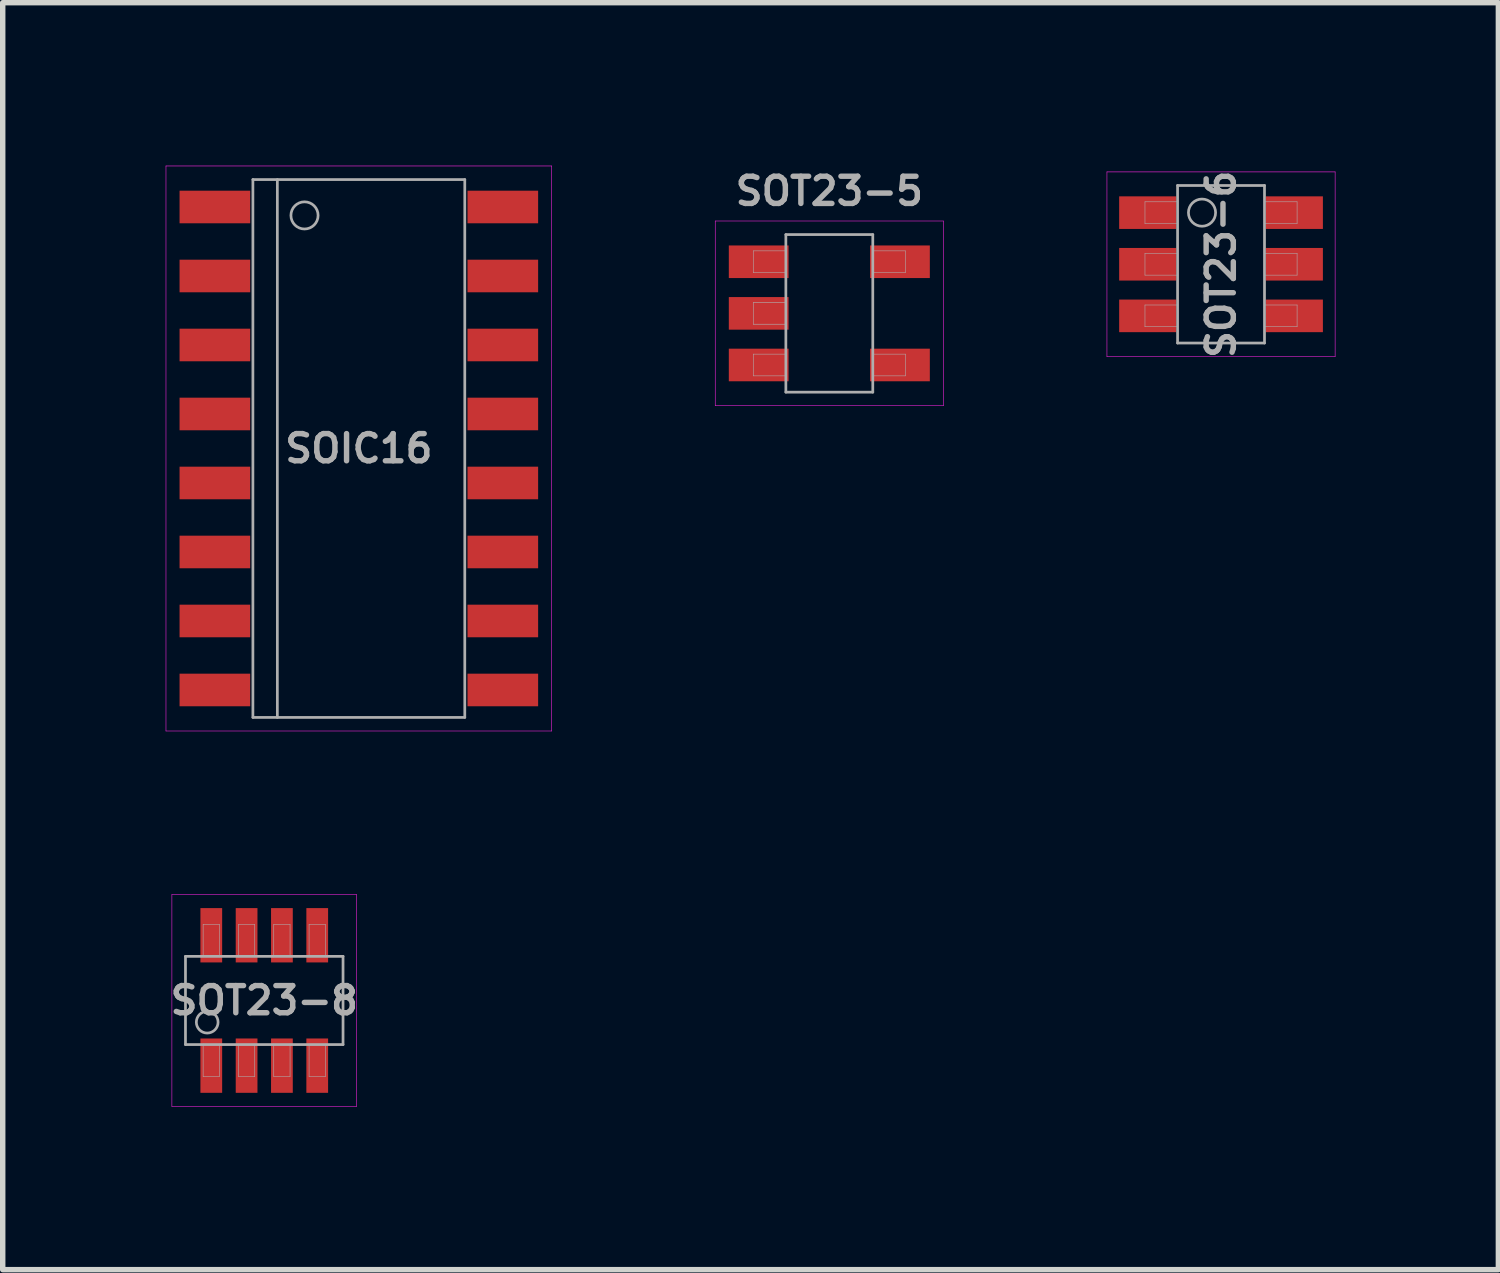
<source format=kicad_pcb>
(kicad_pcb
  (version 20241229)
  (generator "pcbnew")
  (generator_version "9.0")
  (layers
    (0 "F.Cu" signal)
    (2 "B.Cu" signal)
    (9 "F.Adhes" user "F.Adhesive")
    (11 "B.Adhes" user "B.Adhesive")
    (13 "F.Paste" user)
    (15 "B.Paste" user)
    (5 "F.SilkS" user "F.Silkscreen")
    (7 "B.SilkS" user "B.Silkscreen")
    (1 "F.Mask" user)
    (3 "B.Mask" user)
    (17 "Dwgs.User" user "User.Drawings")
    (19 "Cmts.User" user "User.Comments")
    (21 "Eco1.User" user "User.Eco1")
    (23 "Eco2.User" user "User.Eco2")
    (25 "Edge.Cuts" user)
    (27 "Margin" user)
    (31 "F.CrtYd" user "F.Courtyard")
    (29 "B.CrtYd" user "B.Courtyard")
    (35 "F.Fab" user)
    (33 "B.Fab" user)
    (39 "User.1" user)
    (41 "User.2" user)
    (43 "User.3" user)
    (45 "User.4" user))
  (footprint "SOIC16"
    (layer "F.Cu")
    (at 3.555 5.205)
    (property "Reference" "SOIC16" (at 0 0 0) (layer "F.Fab") (effects (font (size 0.5 0.5) (thickness 0.1))))
    (attr through_hole)
    (fp_line (start -3.55 -5.2) (end 3.55 -5.2) (stroke (width 0.01) (type solid)) (layer "F.CrtYd"))
    (fp_line (start -3.55 5.2) (end -3.55 -5.2) (stroke (width 0.01) (type solid)) (layer "F.CrtYd"))
    (fp_line (start 3.55 -5.2) (end 3.55 5.2) (stroke (width 0.01) (type solid)) (layer "F.CrtYd"))
    (fp_line (start 3.55 5.2) (end -3.55 5.2) (stroke (width 0.01) (type solid)) (layer "F.CrtYd"))
    (fp_line (start -1.95 -4.95) (end 1.95 -4.95) (stroke (width 0.05) (type solid)) (layer "F.Fab"))
    (fp_line (start -1.95 4.95) (end -1.95 -4.95) (stroke (width 0.05) (type solid)) (layer "F.Fab"))
    (fp_line (start -1.5 -4.95) (end -1.5 4.95) (stroke (width 0.05) (type solid)) (layer "F.Fab"))
    (fp_line (start 1.95 -4.95) (end 1.95 4.95) (stroke (width 0.05) (type solid)) (layer "F.Fab"))
    (fp_line (start 1.95 4.95) (end -1.95 4.95) (stroke (width 0.05) (type solid)) (layer "F.Fab"))
    (fp_circle (center -1 -4.29) (end -0.75 -4.29) (stroke (width 0.05) (type solid)) (fill no) (layer "F.Fab"))
    (pad "1" smd rect (at -2.65 -4.445) (size 1.3 0.6) (layers "F.Cu" "F.Mask" "F.Paste"))
    (pad "2" smd rect (at -2.65 -3.175) (size 1.3 0.6) (layers "F.Cu" "F.Mask" "F.Paste"))
    (pad "3" smd rect (at -2.65 -1.905) (size 1.3 0.6) (layers "F.Cu" "F.Mask" "F.Paste"))
    (pad "4" smd rect (at -2.65 -0.635) (size 1.3 0.6) (layers "F.Cu" "F.Mask" "F.Paste"))
    (pad "5" smd rect (at -2.65 0.635) (size 1.3 0.6) (layers "F.Cu" "F.Mask" "F.Paste"))
    (pad "6" smd rect (at -2.65 1.905) (size 1.3 0.6) (layers "F.Cu" "F.Mask" "F.Paste"))
    (pad "7" smd rect (at -2.65 3.175) (size 1.3 0.6) (layers "F.Cu" "F.Mask" "F.Paste"))
    (pad "8" smd rect (at -2.65 4.445) (size 1.3 0.6) (layers "F.Cu" "F.Mask" "F.Paste"))
    (pad "9" smd rect (at 2.65 4.445) (size 1.3 0.6) (layers "F.Cu" "F.Mask" "F.Paste"))
    (pad "10" smd rect (at 2.65 3.175) (size 1.3 0.6) (layers "F.Cu" "F.Mask" "F.Paste"))
    (pad "11" smd rect (at 2.65 1.905) (size 1.3 0.6) (layers "F.Cu" "F.Mask" "F.Paste"))
    (pad "12" smd rect (at 2.65 0.635) (size 1.3 0.6) (layers "F.Cu" "F.Mask" "F.Paste"))
    (pad "13" smd rect (at 2.65 -0.635) (size 1.3 0.6) (layers "F.Cu" "F.Mask" "F.Paste"))
    (pad "14" smd rect (at 2.65 -1.905) (size 1.3 0.6) (layers "F.Cu" "F.Mask" "F.Paste"))
    (pad "15" smd rect (at 2.65 -3.175) (size 1.3 0.6) (layers "F.Cu" "F.Mask" "F.Paste"))
    (pad "16" smd rect (at 2.65 -4.445) (size 1.3 0.6) (layers "F.Cu" "F.Mask" "F.Paste")))
  (footprint "SOT23-8"
    (layer "F.Cu")
    (at 1.814 15.365)
    (property "Reference" "SOT23-8" (at 0 0 180) (layer "F.Fab") (effects (font (size 0.5 0.5) (thickness 0.1))))
    (attr smd)
    (fp_line (start -1.7 -1.95) (end -1.7 1.95) (stroke (width 0.01) (type solid)) (layer "F.CrtYd"))
    (fp_line (start -1.7 1.95) (end 1.7 1.95) (stroke (width 0.01) (type solid)) (layer "F.CrtYd"))
    (fp_line (start 1.7 -1.95) (end -1.7 -1.95) (stroke (width 0.01) (type solid)) (layer "F.CrtYd"))
    (fp_line (start 1.7 1.95) (end 1.7 -1.95) (stroke (width 0.01) (type solid)) (layer "F.CrtYd"))
    (fp_line (start -1.45 -0.812) (end -1.45 0.812) (stroke (width 0.05) (type solid)) (layer "F.Fab"))
    (fp_line (start -1.45 -0.812) (end 1.45 -0.812) (stroke (width 0.05) (type solid)) (layer "F.Fab"))
    (fp_line (start -1.45 0.812) (end 1.45 0.812) (stroke (width 0.05) (type solid)) (layer "F.Fab"))
    (fp_line (start -1.125 -1.4) (end -1.125 -0.8) (stroke (width 0.01) (type solid)) (layer "F.Fab"))
    (fp_line (start -1.125 0.8) (end -1.125 1.4) (stroke (width 0.01) (type solid)) (layer "F.Fab"))
    (fp_line (start -1.125 1.4) (end -0.825 1.4) (stroke (width 0.01) (type solid)) (layer "F.Fab"))
    (fp_line (start -0.825 -1.4) (end -1.125 -1.4) (stroke (width 0.01) (type solid)) (layer "F.Fab"))
    (fp_line (start -0.825 -0.8) (end -0.825 -1.4) (stroke (width 0.01) (type solid)) (layer "F.Fab"))
    (fp_line (start -0.825 1.4) (end -0.825 0.8) (stroke (width 0.01) (type solid)) (layer "F.Fab"))
    (fp_line (start -0.475 -1.4) (end -0.475 -0.8) (stroke (width 0.01) (type solid)) (layer "F.Fab"))
    (fp_line (start -0.475 0.8) (end -0.475 1.4) (stroke (width 0.01) (type solid)) (layer "F.Fab"))
    (fp_line (start -0.475 1.4) (end -0.175 1.4) (stroke (width 0.01) (type solid)) (layer "F.Fab"))
    (fp_line (start -0.175 -1.4) (end -0.475 -1.4) (stroke (width 0.01) (type solid)) (layer "F.Fab"))
    (fp_line (start -0.175 -0.8) (end -0.175 -1.4) (stroke (width 0.01) (type solid)) (layer "F.Fab"))
    (fp_line (start -0.175 1.4) (end -0.175 0.8) (stroke (width 0.01) (type solid)) (layer "F.Fab"))
    (fp_line (start 0.175 -1.4) (end 0.175 -0.8) (stroke (width 0.01) (type solid)) (layer "F.Fab"))
    (fp_line (start 0.175 0.8) (end 0.175 1.4) (stroke (width 0.01) (type solid)) (layer "F.Fab"))
    (fp_line (start 0.175 1.4) (end 0.475 1.4) (stroke (width 0.01) (type solid)) (layer "F.Fab"))
    (fp_line (start 0.475 -1.4) (end 0.175 -1.4) (stroke (width 0.01) (type solid)) (layer "F.Fab"))
    (fp_line (start 0.475 -0.8) (end 0.475 -1.4) (stroke (width 0.01) (type solid)) (layer "F.Fab"))
    (fp_line (start 0.475 1.4) (end 0.475 0.8) (stroke (width 0.01) (type solid)) (layer "F.Fab"))
    (fp_line (start 0.825 -1.4) (end 0.825 -0.8) (stroke (width 0.01) (type solid)) (layer "F.Fab"))
    (fp_line (start 0.825 0.8) (end 0.825 1.4) (stroke (width 0.01) (type solid)) (layer "F.Fab"))
    (fp_line (start 0.825 1.4) (end 1.125 1.4) (stroke (width 0.01) (type solid)) (layer "F.Fab"))
    (fp_line (start 1.125 -1.4) (end 0.825 -1.4) (stroke (width 0.01) (type solid)) (layer "F.Fab"))
    (fp_line (start 1.125 -0.8) (end 1.125 -1.4) (stroke (width 0.01) (type solid)) (layer "F.Fab"))
    (fp_line (start 1.125 1.4) (end 1.125 0.8) (stroke (width 0.01) (type solid)) (layer "F.Fab"))
    (fp_line (start 1.45 -0.812) (end 1.45 0.812) (stroke (width 0.05) (type solid)) (layer "F.Fab"))
    (fp_circle (center -1.05 0.4) (end -0.85 0.4) (stroke (width 0.05) (type solid)) (fill no) (layer "F.Fab"))
    (pad "1" smd rect (at -0.975 1.2 90) (size 1 0.4) (layers "F.Cu" "F.Mask" "F.Paste"))
    (pad "2" smd rect (at -0.325 1.2 90) (size 1 0.4) (layers "F.Cu" "F.Mask" "F.Paste"))
    (pad "3" smd rect (at 0.325 1.2 90) (size 1 0.4) (layers "F.Cu" "F.Mask" "F.Paste"))
    (pad "4" smd rect (at 0.975 1.2 90) (size 1 0.4) (layers "F.Cu" "F.Mask" "F.Paste"))
    (pad "5" smd rect (at 0.975 -1.2 90) (size 1 0.4) (layers "F.Cu" "F.Mask" "F.Paste"))
    (pad "6" smd rect (at 0.325 -1.2 90) (size 1 0.4) (layers "F.Cu" "F.Mask" "F.Paste"))
    (pad "7" smd rect (at -0.325 -1.2 90) (size 1 0.4) (layers "F.Cu" "F.Mask" "F.Paste"))
    (pad "8" smd rect (at -0.975 -1.2 90) (size 1 0.4) (layers "F.Cu" "F.Mask" "F.Paste")))
  (footprint "SOT23-5"
    (layer "F.Cu")
    (at 12.215 2.718)
    (property "Reference" "SOT23-5" (at 0 -2.25 0) (layer "F.Fab") (effects (font (size 0.5 0.5) (thickness 0.1))))
    (attr smd)
    (fp_line (start -2.1 -1.7) (end 2.1 -1.7) (stroke (width 0.01) (type solid)) (layer "F.CrtYd"))
    (fp_line (start -2.1 1.7) (end -2.1 -1.7) (stroke (width 0.01) (type solid)) (layer "F.CrtYd"))
    (fp_line (start 2.1 -1.7) (end 2.1 1.7) (stroke (width 0.01) (type solid)) (layer "F.CrtYd"))
    (fp_line (start 2.1 1.7) (end -2.1 1.7) (stroke (width 0.01) (type solid)) (layer "F.CrtYd"))
    (fp_line (start -1.4 -1.15) (end -1.4 -0.75) (stroke (width 0.01) (type solid)) (layer "F.Fab"))
    (fp_line (start -1.4 -0.75) (end -0.8 -0.75) (stroke (width 0.01) (type solid)) (layer "F.Fab"))
    (fp_line (start -1.4 -0.2) (end -1.4 0.2) (stroke (width 0.01) (type solid)) (layer "F.Fab"))
    (fp_line (start -1.4 0.2) (end -0.8 0.2) (stroke (width 0.01) (type solid)) (layer "F.Fab"))
    (fp_line (start -1.4 0.75) (end -1.4 1.15) (stroke (width 0.01) (type solid)) (layer "F.Fab"))
    (fp_line (start -1.4 1.15) (end -0.8 1.15) (stroke (width 0.01) (type solid)) (layer "F.Fab"))
    (fp_line (start -0.8 -1.45) (end -0.8 1.45) (stroke (width 0.05) (type solid)) (layer "F.Fab"))
    (fp_line (start -0.8 -1.15) (end -1.4 -1.15) (stroke (width 0.01) (type solid)) (layer "F.Fab"))
    (fp_line (start -0.8 -0.2) (end -1.4 -0.2) (stroke (width 0.01) (type solid)) (layer "F.Fab"))
    (fp_line (start -0.8 0.75) (end -1.4 0.75) (stroke (width 0.01) (type solid)) (layer "F.Fab"))
    (fp_line (start 0.8 -1.45) (end -0.8 -1.45) (stroke (width 0.05) (type solid)) (layer "F.Fab"))
    (fp_line (start 0.8 -1.45) (end 0.8 1.45) (stroke (width 0.05) (type solid)) (layer "F.Fab"))
    (fp_line (start 0.8 -1.15) (end 1.4 -1.15) (stroke (width 0.01) (type solid)) (layer "F.Fab"))
    (fp_line (start 0.8 0.75) (end 1.4 0.75) (stroke (width 0.01) (type solid)) (layer "F.Fab"))
    (fp_line (start 0.8 1.45) (end -0.8 1.45) (stroke (width 0.05) (type solid)) (layer "F.Fab"))
    (fp_line (start 1.4 -1.15) (end 1.4 -0.75) (stroke (width 0.01) (type solid)) (layer "F.Fab"))
    (fp_line (start 1.4 -0.75) (end 0.8 -0.75) (stroke (width 0.01) (type solid)) (layer "F.Fab"))
    (fp_line (start 1.4 0.75) (end 1.4 1.15) (stroke (width 0.01) (type solid)) (layer "F.Fab"))
    (fp_line (start 1.4 1.15) (end 0.8 1.15) (stroke (width 0.01) (type solid)) (layer "F.Fab"))
    (pad "1" smd rect (at -1.3 -0.95) (size 1.1 0.6) (layers "F.Cu" "F.Mask" "F.Paste"))
    (pad "2" smd rect (at -1.3 0) (size 1.1 0.6) (layers "F.Cu" "F.Mask" "F.Paste"))
    (pad "3" smd rect (at -1.3 0.95) (size 1.1 0.6) (layers "F.Cu" "F.Mask" "F.Paste"))
    (pad "4" smd rect (at 1.3 0.95) (size 1.1 0.6) (layers "F.Cu" "F.Mask" "F.Paste"))
    (pad "5" smd rect (at 1.3 -0.95) (size 1.1 0.6) (layers "F.Cu" "F.Mask" "F.Paste")))
  (footprint "SOT23-6"
    (layer "F.Cu")
    (at 19.425 1.814)
    (property "Reference" "SOT23-6" (at 0 0 90) (layer "F.Fab") (effects (font (size 0.5 0.5) (thickness 0.1))))
    (attr smd)
    (fp_line (start -2.1 -1.7) (end -2.1 1.7) (stroke (width 0.01) (type solid)) (layer "F.CrtYd"))
    (fp_line (start -2.1 1.7) (end 2.1 1.7) (stroke (width 0.01) (type solid)) (layer "F.CrtYd"))
    (fp_line (start 2.1 -1.7) (end -2.1 -1.7) (stroke (width 0.01) (type solid)) (layer "F.CrtYd"))
    (fp_line (start 2.1 1.7) (end 2.1 -1.7) (stroke (width 0.01) (type solid)) (layer "F.CrtYd"))
    (fp_line (start -1.4 -1.15) (end -1.4 -0.75) (stroke (width 0.01) (type solid)) (layer "F.Fab"))
    (fp_line (start -1.4 -0.75) (end -0.8 -0.75) (stroke (width 0.01) (type solid)) (layer "F.Fab"))
    (fp_line (start -1.4 -0.2) (end -1.4 0.2) (stroke (width 0.01) (type solid)) (layer "F.Fab"))
    (fp_line (start -1.4 0.2) (end -0.8 0.2) (stroke (width 0.01) (type solid)) (layer "F.Fab"))
    (fp_line (start -1.4 0.75) (end -1.4 1.15) (stroke (width 0.01) (type solid)) (layer "F.Fab"))
    (fp_line (start -1.4 1.15) (end -0.8 1.15) (stroke (width 0.01) (type solid)) (layer "F.Fab"))
    (fp_line (start -0.8 -1.45) (end -0.8 1.45) (stroke (width 0.05) (type solid)) (layer "F.Fab"))
    (fp_line (start -0.8 -1.15) (end -1.4 -1.15) (stroke (width 0.01) (type solid)) (layer "F.Fab"))
    (fp_line (start -0.8 -0.2) (end -1.4 -0.2) (stroke (width 0.01) (type solid)) (layer "F.Fab"))
    (fp_line (start -0.8 0.75) (end -1.4 0.75) (stroke (width 0.01) (type solid)) (layer "F.Fab"))
    (fp_line (start 0.8 -1.45) (end -0.8 -1.45) (stroke (width 0.05) (type solid)) (layer "F.Fab"))
    (fp_line (start 0.8 -1.45) (end 0.8 1.45) (stroke (width 0.05) (type solid)) (layer "F.Fab"))
    (fp_line (start 0.8 -0.75) (end 1.4 -0.75) (stroke (width 0.01) (type solid)) (layer "F.Fab"))
    (fp_line (start 0.8 0.2) (end 1.4 0.2) (stroke (width 0.01) (type solid)) (layer "F.Fab"))
    (fp_line (start 0.8 1.15) (end 1.4 1.15) (stroke (width 0.01) (type solid)) (layer "F.Fab"))
    (fp_line (start 0.8 1.45) (end -0.8 1.45) (stroke (width 0.05) (type solid)) (layer "F.Fab"))
    (fp_line (start 1.4 -1.15) (end 0.8 -1.15) (stroke (width 0.01) (type solid)) (layer "F.Fab"))
    (fp_line (start 1.4 -0.75) (end 1.4 -1.15) (stroke (width 0.01) (type solid)) (layer "F.Fab"))
    (fp_line (start 1.4 -0.2) (end 0.8 -0.2) (stroke (width 0.01) (type solid)) (layer "F.Fab"))
    (fp_line (start 1.4 0.2) (end 1.4 -0.2) (stroke (width 0.01) (type solid)) (layer "F.Fab"))
    (fp_line (start 1.4 0.75) (end 0.8 0.75) (stroke (width 0.01) (type solid)) (layer "F.Fab"))
    (fp_line (start 1.4 1.15) (end 1.4 0.75) (stroke (width 0.01) (type solid)) (layer "F.Fab"))
    (fp_circle (center -0.35 -0.95) (end -0.1 -0.95) (stroke (width 0.05) (type solid)) (fill no) (layer "F.Fab"))
    (pad "1" smd rect (at -1.35 -0.95) (size 1.05 0.6) (layers "F.Cu" "F.Mask" "F.Paste"))
    (pad "2" smd rect (at -1.35 0) (size 1.05 0.6) (layers "F.Cu" "F.Mask" "F.Paste"))
    (pad "3" smd rect (at -1.35 0.95) (size 1.05 0.6) (layers "F.Cu" "F.Mask" "F.Paste"))
    (pad "4" smd rect (at 1.35 0.95) (size 1.05 0.6) (layers "F.Cu" "F.Mask" "F.Paste"))
    (pad "5" smd rect (at 1.35 0) (size 1.05 0.6) (layers "F.Cu" "F.Mask" "F.Paste"))
    (pad "6" smd rect (at 1.35 -0.95) (size 1.05 0.6) (layers "F.Cu" "F.Mask" "F.Paste")))
  (gr_rect
    (start -3 -3)
    (end 24.53 20.32)
    (stroke (width 0.1) (type default))
    (fill no)
    (layer "Edge.Cuts")))
</source>
